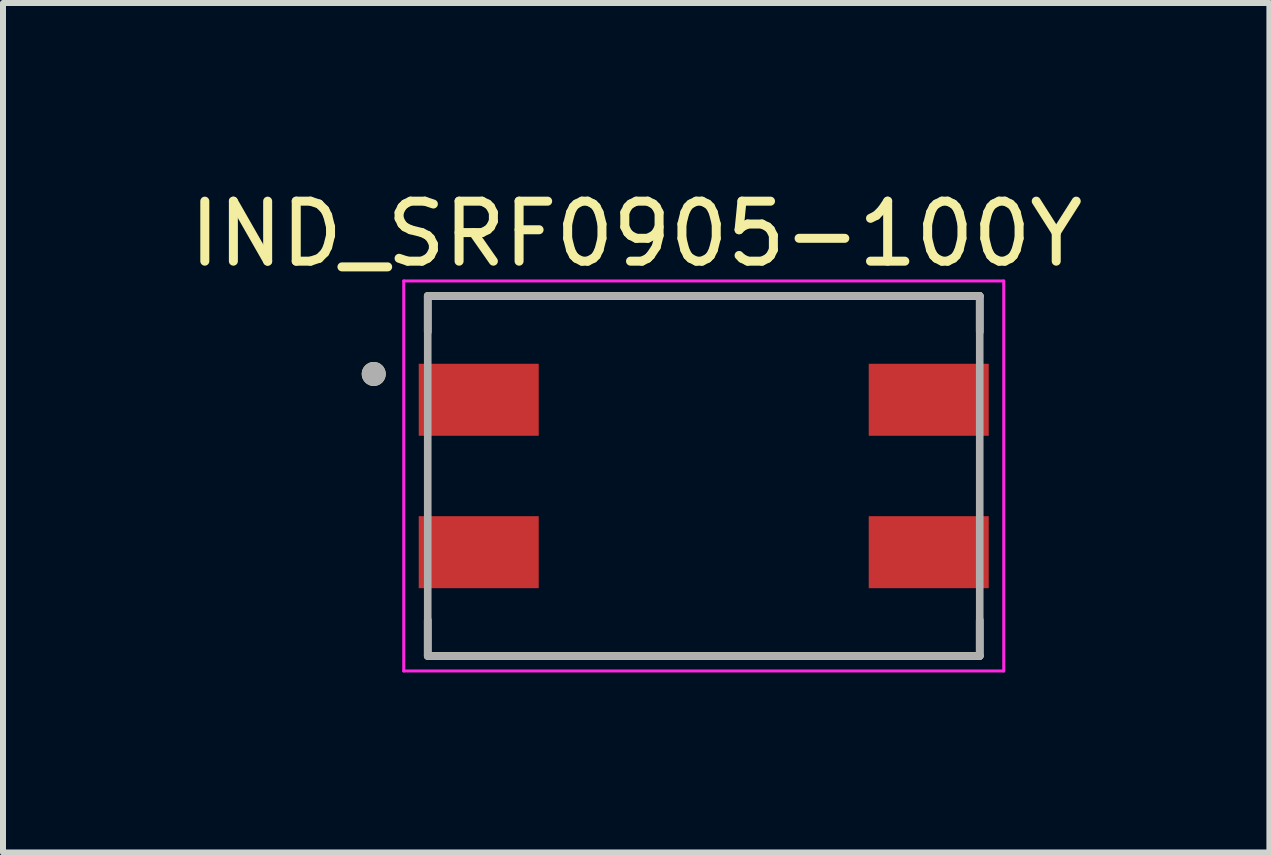
<source format=kicad_pcb>
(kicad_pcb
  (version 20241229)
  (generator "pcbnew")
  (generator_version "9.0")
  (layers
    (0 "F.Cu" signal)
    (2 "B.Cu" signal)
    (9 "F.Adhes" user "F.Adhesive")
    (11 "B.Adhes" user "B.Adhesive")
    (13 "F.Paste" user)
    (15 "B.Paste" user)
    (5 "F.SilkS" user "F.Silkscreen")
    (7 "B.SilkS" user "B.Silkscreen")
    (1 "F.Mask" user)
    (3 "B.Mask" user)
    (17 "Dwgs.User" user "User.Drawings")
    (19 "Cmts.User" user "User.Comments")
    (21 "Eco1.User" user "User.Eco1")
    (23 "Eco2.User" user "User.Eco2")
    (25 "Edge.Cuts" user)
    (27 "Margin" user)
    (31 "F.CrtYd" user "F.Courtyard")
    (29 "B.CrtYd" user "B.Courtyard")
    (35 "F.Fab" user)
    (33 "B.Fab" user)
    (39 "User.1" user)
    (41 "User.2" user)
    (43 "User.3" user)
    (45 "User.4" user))
  (footprint "IND_SRF0905-100Y"
    (layer "F.Cu")
    (at 8.679 4.883)
    (property "Reference" "IND_SRF0905-100Y" (at -1.125 -4.035 0) (layer "F.SilkS") (effects (font (size 1 1) (thickness 0.15))))
    (attr through_hole)
    (fp_line (start -4.6 -3) (end 4.6 -3) (stroke (width 0.127) (type solid)) (layer "F.SilkS"))
    (fp_line (start -4.6 -2.4) (end -4.6 -3) (stroke (width 0.127) (type solid)) (layer "F.SilkS"))
    (fp_line (start -4.6 2.4) (end -4.6 3) (stroke (width 0.127) (type solid)) (layer "F.SilkS"))
    (fp_line (start -4.6 3) (end 4.6 3) (stroke (width 0.127) (type solid)) (layer "F.SilkS"))
    (fp_line (start 4.6 -3) (end 4.6 -2.4) (stroke (width 0.127) (type solid)) (layer "F.SilkS"))
    (fp_line (start 4.6 3) (end 4.6 2.4) (stroke (width 0.127) (type solid)) (layer "F.SilkS"))
    (fp_circle (center -5.5 -1.7) (end -5.4 -1.7) (stroke (width 0.2) (type solid)) (fill no) (layer "F.SilkS"))
    (fp_line (start -5 -3.25) (end 5 -3.25) (stroke (width 0.05) (type solid)) (layer "F.CrtYd"))
    (fp_line (start -5 3.25) (end -5 -3.25) (stroke (width 0.05) (type solid)) (layer "F.CrtYd"))
    (fp_line (start 5 -3.25) (end 5 3.25) (stroke (width 0.05) (type solid)) (layer "F.CrtYd"))
    (fp_line (start 5 3.25) (end -5 3.25) (stroke (width 0.05) (type solid)) (layer "F.CrtYd"))
    (fp_line (start -4.6 -3) (end 4.6 -3) (stroke (width 0.127) (type solid)) (layer "F.Fab"))
    (fp_line (start -4.6 3) (end -4.6 -3) (stroke (width 0.127) (type solid)) (layer "F.Fab"))
    (fp_line (start 4.6 -3) (end 4.6 3) (stroke (width 0.127) (type solid)) (layer "F.Fab"))
    (fp_line (start 4.6 3) (end -4.6 3) (stroke (width 0.127) (type solid)) (layer "F.Fab"))
    (fp_circle (center -5.5 -1.7) (end -5.4 -1.7) (stroke (width 0.2) (type solid)) (fill no) (layer "F.Fab"))
    (pad "1" smd rect (at -3.75 -1.27) (size 2 1.2) (layers "F.Cu" "F.Mask" "F.Paste"))
    (pad "2" smd rect (at -3.75 1.27) (size 2 1.2) (layers "F.Cu" "F.Mask" "F.Paste"))
    (pad "3" smd rect (at 3.75 1.27 180) (size 2 1.2) (layers "F.Cu" "F.Mask" "F.Paste"))
    (pad "4" smd rect (at 3.75 -1.27 180) (size 2 1.2) (layers "F.Cu" "F.Mask" "F.Paste")))
  (gr_rect
    (start -3 -3)
    (end 18.107 11.158)
    (stroke (width 0.1) (type default))
    (fill no)
    (layer "Edge.Cuts")))
</source>
